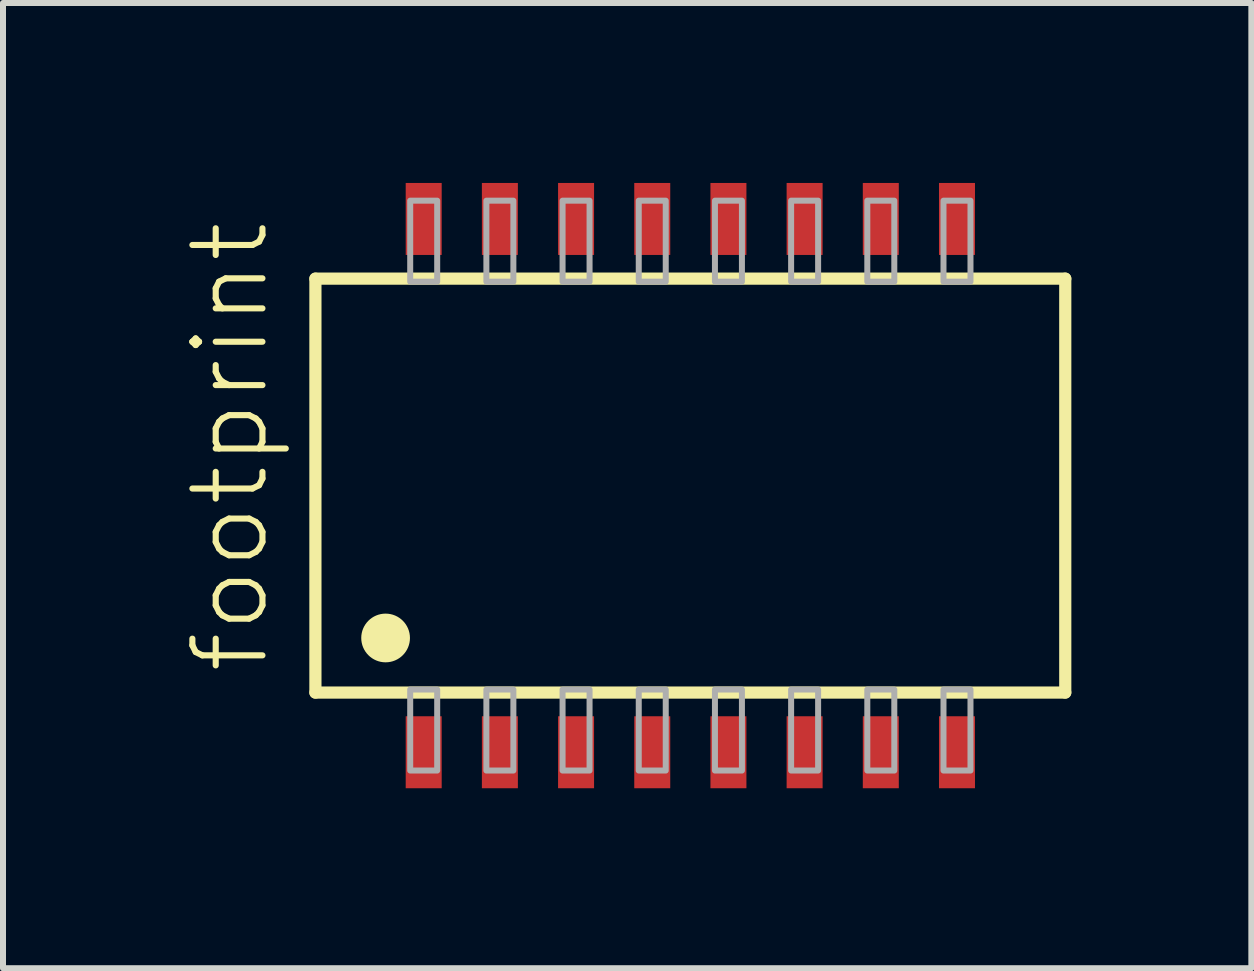
<source format=kicad_pcb>
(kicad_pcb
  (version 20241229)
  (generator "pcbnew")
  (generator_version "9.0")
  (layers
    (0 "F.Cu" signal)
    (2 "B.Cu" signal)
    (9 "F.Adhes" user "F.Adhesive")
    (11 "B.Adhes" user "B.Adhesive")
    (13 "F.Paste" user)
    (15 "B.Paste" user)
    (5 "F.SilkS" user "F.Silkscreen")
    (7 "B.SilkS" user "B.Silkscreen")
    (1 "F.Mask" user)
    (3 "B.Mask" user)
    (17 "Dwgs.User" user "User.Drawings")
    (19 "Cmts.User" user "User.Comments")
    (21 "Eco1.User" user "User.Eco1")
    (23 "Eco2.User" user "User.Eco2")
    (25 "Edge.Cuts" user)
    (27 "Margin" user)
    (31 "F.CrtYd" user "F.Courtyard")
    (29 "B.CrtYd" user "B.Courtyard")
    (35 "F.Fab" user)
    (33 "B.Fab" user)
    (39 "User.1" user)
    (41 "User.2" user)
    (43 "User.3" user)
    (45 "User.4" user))
  (footprint "footprint"
    (layer "F.Cu")
    (at 8.458 5.045)
    (property "Reference" "footprint" (at -6.985 3.175 90) (layer "F.SilkS") (effects (font (size 1.168 1.168) (thickness 0.102)) (justify left bottom)))
    (fp_line (start -6.25 -3.45) (end 6.25 -3.45) (stroke (width 0.203) (type solid)) (layer "F.SilkS"))
    (fp_line (start -6.25 3.45) (end -6.25 -3.45) (stroke (width 0.203) (type solid)) (layer "F.SilkS"))
    (fp_line (start 6.25 -3.45) (end 6.25 3.45) (stroke (width 0.203) (type solid)) (layer "F.SilkS"))
    (fp_line (start 6.25 3.45) (end -6.25 3.45) (stroke (width 0.203) (type solid)) (layer "F.SilkS"))
    (fp_circle (center -5.08 2.54) (end -4.877 2.54) (stroke (width 0.406) (type solid)) (fill yes) (layer "F.SilkS"))
    (fp_poly (pts (xy -4.67 -3.4) (xy -4.22 -3.4) (xy -4.22 -4.75) (xy -4.67 -4.75)) (stroke (width 0.1) (type solid)) (fill no) (layer "F.Fab"))
    (fp_poly (pts (xy -4.22 3.4) (xy -4.67 3.4) (xy -4.67 4.75) (xy -4.22 4.75)) (stroke (width 0.1) (type solid)) (fill no) (layer "F.Fab"))
    (fp_poly (pts (xy -3.4 -3.4) (xy -2.95 -3.4) (xy -2.95 -4.75) (xy -3.4 -4.75)) (stroke (width 0.1) (type solid)) (fill no) (layer "F.Fab"))
    (fp_poly (pts (xy -2.95 3.4) (xy -3.4 3.4) (xy -3.4 4.75) (xy -2.95 4.75)) (stroke (width 0.1) (type solid)) (fill no) (layer "F.Fab"))
    (fp_poly (pts (xy -2.13 -3.4) (xy -1.68 -3.4) (xy -1.68 -4.75) (xy -2.13 -4.75)) (stroke (width 0.1) (type solid)) (fill no) (layer "F.Fab"))
    (fp_poly (pts (xy -1.68 3.4) (xy -2.13 3.4) (xy -2.13 4.75) (xy -1.68 4.75)) (stroke (width 0.1) (type solid)) (fill no) (layer "F.Fab"))
    (fp_poly (pts (xy -0.86 -3.4) (xy -0.41 -3.4) (xy -0.41 -4.75) (xy -0.86 -4.75)) (stroke (width 0.1) (type solid)) (fill no) (layer "F.Fab"))
    (fp_poly (pts (xy -0.41 3.4) (xy -0.86 3.4) (xy -0.86 4.75) (xy -0.41 4.75)) (stroke (width 0.1) (type solid)) (fill no) (layer "F.Fab"))
    (fp_poly (pts (xy 0.41 -3.4) (xy 0.86 -3.4) (xy 0.86 -4.75) (xy 0.41 -4.75)) (stroke (width 0.1) (type solid)) (fill no) (layer "F.Fab"))
    (fp_poly (pts (xy 0.86 3.4) (xy 0.41 3.4) (xy 0.41 4.75) (xy 0.86 4.75)) (stroke (width 0.1) (type solid)) (fill no) (layer "F.Fab"))
    (fp_poly (pts (xy 1.68 -3.4) (xy 2.13 -3.4) (xy 2.13 -4.75) (xy 1.68 -4.75)) (stroke (width 0.1) (type solid)) (fill no) (layer "F.Fab"))
    (fp_poly (pts (xy 2.13 3.4) (xy 1.68 3.4) (xy 1.68 4.75) (xy 2.13 4.75)) (stroke (width 0.1) (type solid)) (fill no) (layer "F.Fab"))
    (fp_poly (pts (xy 2.95 -3.4) (xy 3.4 -3.4) (xy 3.4 -4.75) (xy 2.95 -4.75)) (stroke (width 0.1) (type solid)) (fill no) (layer "F.Fab"))
    (fp_poly (pts (xy 3.4 3.4) (xy 2.95 3.4) (xy 2.95 4.75) (xy 3.4 4.75)) (stroke (width 0.1) (type solid)) (fill no) (layer "F.Fab"))
    (fp_poly (pts (xy 4.22 -3.4) (xy 4.67 -3.4) (xy 4.67 -4.75) (xy 4.22 -4.75)) (stroke (width 0.1) (type solid)) (fill no) (layer "F.Fab"))
    (fp_poly (pts (xy 4.67 3.4) (xy 4.22 3.4) (xy 4.22 4.75) (xy 4.67 4.75)) (stroke (width 0.1) (type solid)) (fill no) (layer "F.Fab"))
    (pad "1" smd rect (at -4.445 4.445) (size 0.6 1.2) (layers "F.Cu" "F.Mask" "F.Paste"))
    (pad "2" smd rect (at -3.175 4.445) (size 0.6 1.2) (layers "F.Cu" "F.Mask" "F.Paste"))
    (pad "3" smd rect (at -1.905 4.445) (size 0.6 1.2) (layers "F.Cu" "F.Mask" "F.Paste"))
    (pad "4" smd rect (at -0.635 4.445) (size 0.6 1.2) (layers "F.Cu" "F.Mask" "F.Paste"))
    (pad "5" smd rect (at 0.635 4.445) (size 0.6 1.2) (layers "F.Cu" "F.Mask" "F.Paste"))
    (pad "6" smd rect (at 1.905 4.445) (size 0.6 1.2) (layers "F.Cu" "F.Mask" "F.Paste"))
    (pad "7" smd rect (at 3.175 4.445) (size 0.6 1.2) (layers "F.Cu" "F.Mask" "F.Paste"))
    (pad "8" smd rect (at 4.445 4.445) (size 0.6 1.2) (layers "F.Cu" "F.Mask" "F.Paste"))
    (pad "9" smd rect (at 4.445 -4.445 180) (size 0.6 1.2) (layers "F.Cu" "F.Mask" "F.Paste"))
    (pad "10" smd rect (at 3.175 -4.445 180) (size 0.6 1.2) (layers "F.Cu" "F.Mask" "F.Paste"))
    (pad "11" smd rect (at 1.905 -4.445 180) (size 0.6 1.2) (layers "F.Cu" "F.Mask" "F.Paste"))
    (pad "12" smd rect (at 0.635 -4.445 180) (size 0.6 1.2) (layers "F.Cu" "F.Mask" "F.Paste"))
    (pad "13" smd rect (at -0.635 -4.445 180) (size 0.6 1.2) (layers "F.Cu" "F.Mask" "F.Paste"))
    (pad "14" smd rect (at -1.905 -4.445 180) (size 0.6 1.2) (layers "F.Cu" "F.Mask" "F.Paste"))
    (pad "15" smd rect (at -3.175 -4.445 180) (size 0.6 1.2) (layers "F.Cu" "F.Mask" "F.Paste"))
    (pad "16" smd rect (at -4.445 -4.445 180) (size 0.6 1.2) (layers "F.Cu" "F.Mask" "F.Paste")))
  (gr_rect
    (start -3 -3)
    (end 17.81 13.09)
    (stroke (width 0.1) (type default))
    (fill no)
    (layer "Edge.Cuts")))
</source>
